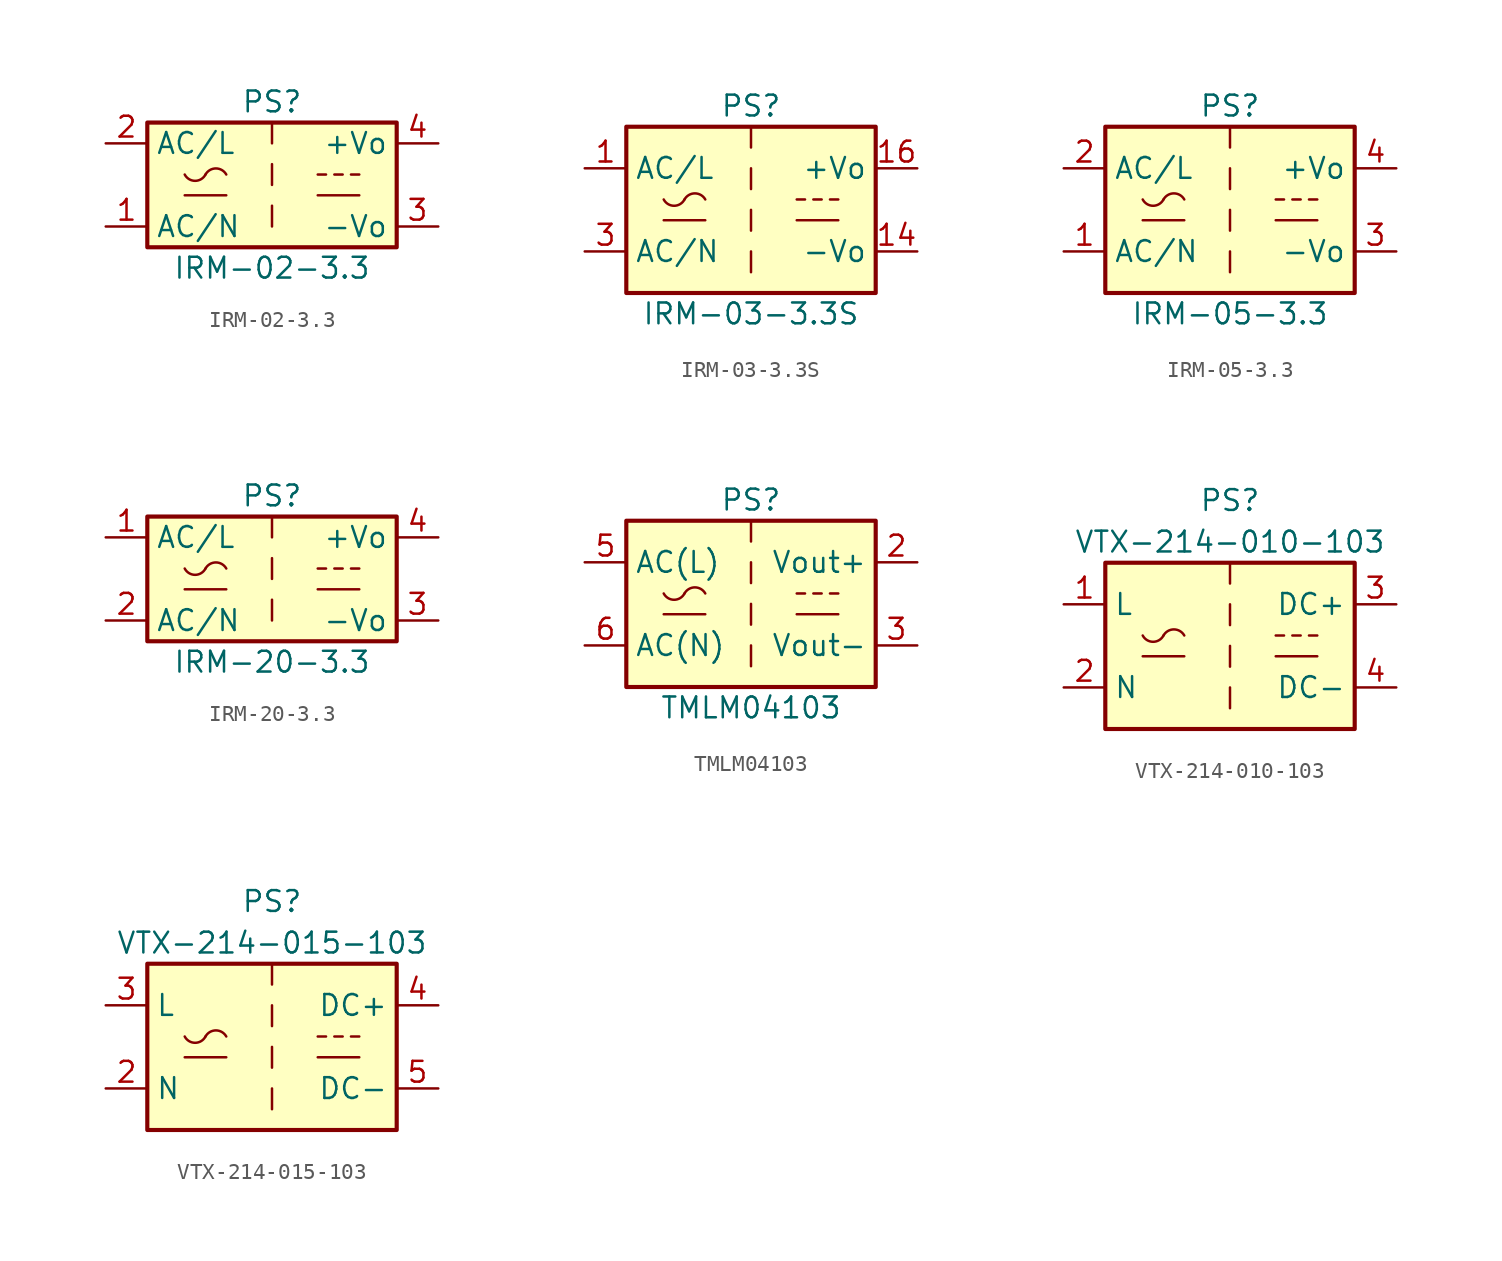
<source format=kicad_sym>
(kicad_symbol_lib
  (version 20201005)
  (generator kicad_symbol_editor)
  (symbol "IRM-02-3.3"
    (property "Reference" "PS"
      (at 0 5.08 0)
      (effects (font (size 1.27 1.27))))
    (property "Value" "IRM-02-3.3"
      (at 0 -5.08 0)
      (effects (font (size 1.27 1.27))))
    (symbol "IRM-02-3.3_0_1"
      (arc (start -5.334 0.635) (end -4.064 0.635) (radius (at -4.699 0.9652) (length 0.7112) (angles -152.5 -27.5)) (stroke (width 0)) (fill (type none)))
      (arc (start -2.794 0.635) (end -4.064 0.635) (radius (at -3.429 0.2794) (length 0.7366) (angles 29.2 150.8)) (stroke (width 0)) (fill (type none)))
      (rectangle (start -7.62 3.81) (end 7.62 -3.81) (stroke (width 0.254)) (fill (type background)))
      (polyline (pts (xy -5.334 -0.635) (xy -2.794 -0.635)) (stroke (width 0)) (fill (type none)))
      (polyline (pts (xy 2.794 -0.635) (xy 5.334 -0.635)) (stroke (width 0)) (fill (type none)))
      (polyline (pts (xy 2.794 0.635) (xy 3.302 0.635)) (stroke (width 0)) (fill (type none)))
      (polyline (pts (xy 3.81 0.635) (xy 4.318 0.635)) (stroke (width 0)) (fill (type none)))
      (polyline (pts (xy 4.826 0.635) (xy 5.334 0.635)) (stroke (width 0)) (fill (type none))))
    (symbol "IRM-02-3.3_1_1"
      (polyline (pts (xy 0 -1.27) (xy 0 -2.54)) (stroke (width 0)) (fill (type none)))
      (polyline (pts (xy 0 1.27) (xy 0 0)) (stroke (width 0)) (fill (type none)))
      (polyline (pts (xy 0 3.81) (xy 0 2.54)) (stroke (width 0)) (fill (type none)))
      (pin power_in line (at -10.16 -2.54 0) (length 2.54) (name "AC/N" (effects (font (size 1.27 1.27)))) (number "1" (effects (font (size 1.27 1.27)))))
      (pin power_in line (at -10.16 2.54 0) (length 2.54) (name "AC/L" (effects (font (size 1.27 1.27)))) (number "2" (effects (font (size 1.27 1.27)))))
      (pin power_out line (at 10.16 -2.54 180) (length 2.54) (name "-Vo" (effects (font (size 1.27 1.27)))) (number "3" (effects (font (size 1.27 1.27)))))
      (pin power_out line (at 10.16 2.54 180) (length 2.54) (name "+Vo" (effects (font (size 1.27 1.27)))) (number "4" (effects (font (size 1.27 1.27)))))))
  (symbol "IRM-03-3.3S"
    (property "Reference" "PS"
      (at 0 6.35 0)
      (effects (font (size 1.27 1.27))))
    (property "Value" "IRM-03-3.3S"
      (at 0 -6.35 0)
      (effects (font (size 1.27 1.27))))
    (symbol "IRM-03-3.3S_0_1"
      (arc (start -5.334 0.635) (end -4.064 0.635) (radius (at -4.699 0.9652) (length 0.7112) (angles -152.5 -27.5)) (stroke (width 0)) (fill (type none)))
      (arc (start -2.794 0.635) (end -4.064 0.635) (radius (at -3.429 0.2794) (length 0.7366) (angles 29.2 150.8)) (stroke (width 0)) (fill (type none)))
      (rectangle (start -7.62 5.08) (end 7.62 -5.08) (stroke (width 0.254)) (fill (type background)))
      (polyline (pts (xy -5.334 -0.635) (xy -2.794 -0.635)) (stroke (width 0)) (fill (type none)))
      (polyline (pts (xy 0 -2.54) (xy 0 -3.81)) (stroke (width 0)) (fill (type none)))
      (polyline (pts (xy 0 0) (xy 0 -1.27)) (stroke (width 0)) (fill (type none)))
      (polyline (pts (xy 0 2.54) (xy 0 1.27)) (stroke (width 0)) (fill (type none)))
      (polyline (pts (xy 0 5.08) (xy 0 3.81)) (stroke (width 0)) (fill (type none)))
      (polyline (pts (xy 2.794 -0.635) (xy 5.334 -0.635)) (stroke (width 0)) (fill (type none)))
      (polyline (pts (xy 2.794 0.635) (xy 3.302 0.635)) (stroke (width 0)) (fill (type none)))
      (polyline (pts (xy 3.81 0.635) (xy 4.318 0.635)) (stroke (width 0)) (fill (type none)))
      (polyline (pts (xy 4.826 0.635) (xy 5.334 0.635)) (stroke (width 0)) (fill (type none))))
    (symbol "IRM-03-3.3S_1_1"
      (pin power_in line (at -10.16 2.54 0) (length 2.54) (name "AC/L" (effects (font (size 1.27 1.27)))) (number "1" (effects (font (size 1.27 1.27)))))
      (pin power_out line (at 10.16 -2.54 180) (length 2.54) (name "-Vo" (effects (font (size 1.27 1.27)))) (number "14" (effects (font (size 1.27 1.27)))))
      (pin power_out line (at 10.16 2.54 180) (length 2.54) (name "+Vo" (effects (font (size 1.27 1.27)))) (number "16" (effects (font (size 1.27 1.27)))))
      (pin power_in line (at -10.16 -2.54 0) (length 2.54) (name "AC/N" (effects (font (size 1.27 1.27)))) (number "3" (effects (font (size 1.27 1.27)))))))
  (symbol "IRM-05-3.3"
    (property "Reference" "PS"
      (at 0 6.35 0)
      (effects (font (size 1.27 1.27))))
    (property "Value" "IRM-05-3.3"
      (at 0 -6.35 0)
      (effects (font (size 1.27 1.27))))
    (symbol "IRM-05-3.3_0_1"
      (arc (start -5.334 0.635) (end -4.064 0.635) (radius (at -4.699 0.9652) (length 0.7112) (angles -152.5 -27.5)) (stroke (width 0)) (fill (type none)))
      (arc (start -2.794 0.635) (end -4.064 0.635) (radius (at -3.429 0.2794) (length 0.7366) (angles 29.2 150.8)) (stroke (width 0)) (fill (type none)))
      (rectangle (start -7.62 5.08) (end 7.62 -5.08) (stroke (width 0.254)) (fill (type background)))
      (polyline (pts (xy -5.334 -0.635) (xy -2.794 -0.635)) (stroke (width 0)) (fill (type none)))
      (polyline (pts (xy 0 -2.54) (xy 0 -3.81)) (stroke (width 0)) (fill (type none)))
      (polyline (pts (xy 0 0) (xy 0 -1.27)) (stroke (width 0)) (fill (type none)))
      (polyline (pts (xy 0 2.54) (xy 0 1.27)) (stroke (width 0)) (fill (type none)))
      (polyline (pts (xy 0 5.08) (xy 0 3.81)) (stroke (width 0)) (fill (type none)))
      (polyline (pts (xy 2.794 -0.635) (xy 5.334 -0.635)) (stroke (width 0)) (fill (type none)))
      (polyline (pts (xy 2.794 0.635) (xy 3.302 0.635)) (stroke (width 0)) (fill (type none)))
      (polyline (pts (xy 3.81 0.635) (xy 4.318 0.635)) (stroke (width 0)) (fill (type none)))
      (polyline (pts (xy 4.826 0.635) (xy 5.334 0.635)) (stroke (width 0)) (fill (type none))))
    (symbol "IRM-05-3.3_1_1"
      (pin power_in line (at -10.16 -2.54 0) (length 2.54) (name "AC/N" (effects (font (size 1.27 1.27)))) (number "1" (effects (font (size 1.27 1.27)))))
      (pin power_in line (at -10.16 2.54 0) (length 2.54) (name "AC/L" (effects (font (size 1.27 1.27)))) (number "2" (effects (font (size 1.27 1.27)))))
      (pin power_out line (at 10.16 -2.54 180) (length 2.54) (name "-Vo" (effects (font (size 1.27 1.27)))) (number "3" (effects (font (size 1.27 1.27)))))
      (pin power_out line (at 10.16 2.54 180) (length 2.54) (name "+Vo" (effects (font (size 1.27 1.27)))) (number "4" (effects (font (size 1.27 1.27)))))))
  (symbol "IRM-20-3.3"
    (property "Reference" "PS"
      (at 0 5.08 0)
      (effects (font (size 1.27 1.27))))
    (property "Value" "IRM-20-3.3"
      (at 0 -5.08 0)
      (effects (font (size 1.27 1.27))))
    (symbol "IRM-20-3.3_0_1"
      (arc (start -5.334 0.635) (end -4.064 0.635) (radius (at -4.699 0.9652) (length 0.7112) (angles -152.5 -27.5)) (stroke (width 0)) (fill (type none)))
      (arc (start -2.794 0.635) (end -4.064 0.635) (radius (at -3.429 0.2794) (length 0.7366) (angles 29.2 150.8)) (stroke (width 0)) (fill (type none)))
      (rectangle (start -7.62 3.81) (end 7.62 -3.81) (stroke (width 0.254)) (fill (type background)))
      (polyline (pts (xy -5.334 -0.635) (xy -2.794 -0.635)) (stroke (width 0)) (fill (type none)))
      (polyline (pts (xy 0 -1.27) (xy 0 -2.54)) (stroke (width 0)) (fill (type none)))
      (polyline (pts (xy 0 1.27) (xy 0 0)) (stroke (width 0)) (fill (type none)))
      (polyline (pts (xy 0 3.81) (xy 0 2.54)) (stroke (width 0)) (fill (type none)))
      (polyline (pts (xy 2.794 -0.635) (xy 5.334 -0.635)) (stroke (width 0)) (fill (type none)))
      (polyline (pts (xy 2.794 0.635) (xy 3.302 0.635)) (stroke (width 0)) (fill (type none)))
      (polyline (pts (xy 3.81 0.635) (xy 4.318 0.635)) (stroke (width 0)) (fill (type none)))
      (polyline (pts (xy 4.826 0.635) (xy 5.334 0.635)) (stroke (width 0)) (fill (type none))))
    (symbol "IRM-20-3.3_1_1"
      (pin power_in line (at -10.16 2.54 0) (length 2.54) (name "AC/L" (effects (font (size 1.27 1.27)))) (number "1" (effects (font (size 1.27 1.27)))))
      (pin power_in line (at -10.16 -2.54 0) (length 2.54) (name "AC/N" (effects (font (size 1.27 1.27)))) (number "2" (effects (font (size 1.27 1.27)))))
      (pin power_out line (at 10.16 -2.54 180) (length 2.54) (name "-Vo" (effects (font (size 1.27 1.27)))) (number "3" (effects (font (size 1.27 1.27)))))
      (pin power_out line (at 10.16 2.54 180) (length 2.54) (name "+Vo" (effects (font (size 1.27 1.27)))) (number "4" (effects (font (size 1.27 1.27)))))))
  (symbol "TMLM04103"
    (property "Reference" "PS"
      (at 0 6.35 0)
      (effects (font (size 1.27 1.27))))
    (property "Value" "TMLM04103"
      (at 0 -6.35 0)
      (effects (font (size 1.27 1.27))))
    (symbol "TMLM04103_0_1"
      (arc (start -5.334 0.635) (end -4.064 0.635) (radius (at -4.699 0.9652) (length 0.7112) (angles -152.5 -27.5)) (stroke (width 0)) (fill (type none)))
      (arc (start -2.794 0.635) (end -4.064 0.635) (radius (at -3.429 0.2794) (length 0.7366) (angles 29.2 150.8)) (stroke (width 0)) (fill (type none)))
      (rectangle (start -7.62 5.08) (end 7.62 -5.08) (stroke (width 0.254)) (fill (type background)))
      (polyline (pts (xy -5.334 -0.635) (xy -2.794 -0.635)) (stroke (width 0)) (fill (type none)))
      (polyline (pts (xy 0 -2.54) (xy 0 -3.81)) (stroke (width 0)) (fill (type none)))
      (polyline (pts (xy 0 0) (xy 0 -1.27)) (stroke (width 0)) (fill (type none)))
      (polyline (pts (xy 0 2.54) (xy 0 1.27)) (stroke (width 0)) (fill (type none)))
      (polyline (pts (xy 0 5.08) (xy 0 3.81)) (stroke (width 0)) (fill (type none)))
      (polyline (pts (xy 2.794 -0.635) (xy 5.334 -0.635)) (stroke (width 0)) (fill (type none)))
      (polyline (pts (xy 2.794 0.635) (xy 3.302 0.635)) (stroke (width 0)) (fill (type none)))
      (polyline (pts (xy 3.81 0.635) (xy 4.318 0.635)) (stroke (width 0)) (fill (type none)))
      (polyline (pts (xy 4.826 0.635) (xy 5.334 0.635)) (stroke (width 0)) (fill (type none))))
    (symbol "TMLM04103_1_1"
      (pin power_out line (at 10.16 2.54 180) (length 2.54) (name "Vout+" (effects (font (size 1.27 1.27)))) (number "2" (effects (font (size 1.27 1.27)))))
      (pin power_out line (at 10.16 -2.54 180) (length 2.54) (name "Vout-" (effects (font (size 1.27 1.27)))) (number "3" (effects (font (size 1.27 1.27)))))
      (pin power_in line (at -10.16 2.54 0) (length 2.54) (name "AC(L)" (effects (font (size 1.27 1.27)))) (number "5" (effects (font (size 1.27 1.27)))))
      (pin power_in line (at -10.16 -2.54 0) (length 2.54) (name "AC(N)" (effects (font (size 1.27 1.27)))) (number "6" (effects (font (size 1.27 1.27)))))))
  (symbol "VTX-214-010-103"
    (property "Reference" "PS"
      (at 0 8.89 0)
      (effects (font (size 1.27 1.27))))
    (property "Value" "VTX-214-010-103"
      (at 0 6.35 0)
      (effects (font (size 1.27 1.27))))
    (symbol "VTX-214-010-103_0_1"
      (arc (start -5.334 0.635) (end -4.064 0.635) (radius (at -4.699 0.9652) (length 0.7112) (angles -152.5 -27.5)) (stroke (width 0)) (fill (type none)))
      (arc (start -2.794 0.635) (end -4.064 0.635) (radius (at -3.429 0.2794) (length 0.7366) (angles 29.2 150.8)) (stroke (width 0)) (fill (type none)))
      (rectangle (start -7.62 5.08) (end 7.62 -5.08) (stroke (width 0.254)) (fill (type background)))
      (polyline (pts (xy -5.334 -0.635) (xy -2.794 -0.635)) (stroke (width 0)) (fill (type none)))
      (polyline (pts (xy 2.794 -0.635) (xy 5.334 -0.635)) (stroke (width 0)) (fill (type none)))
      (polyline (pts (xy 2.794 0.635) (xy 3.302 0.635)) (stroke (width 0)) (fill (type none)))
      (polyline (pts (xy 3.81 0.635) (xy 4.318 0.635)) (stroke (width 0)) (fill (type none)))
      (polyline (pts (xy 4.826 0.635) (xy 5.334 0.635)) (stroke (width 0)) (fill (type none))))
    (symbol "VTX-214-010-103_1_1"
      (polyline (pts (xy 0 -2.54) (xy 0 -3.81)) (stroke (width 0)) (fill (type none)))
      (polyline (pts (xy 0 0) (xy 0 -1.27)) (stroke (width 0)) (fill (type none)))
      (polyline (pts (xy 0 2.54) (xy 0 1.27)) (stroke (width 0)) (fill (type none)))
      (polyline (pts (xy 0 5.08) (xy 0 3.81)) (stroke (width 0)) (fill (type none)))
      (pin power_in line (at -10.16 2.54 0) (length 2.54) (name "L" (effects (font (size 1.27 1.27)))) (number "1" (effects (font (size 1.27 1.27)))))
      (pin power_in line (at -10.16 -2.54 0) (length 2.54) (name "N" (effects (font (size 1.27 1.27)))) (number "2" (effects (font (size 1.27 1.27)))))
      (pin power_out line (at 10.16 2.54 180) (length 2.54) (name "DC+" (effects (font (size 1.27 1.27)))) (number "3" (effects (font (size 1.27 1.27)))))
      (pin power_out line (at 10.16 -2.54 180) (length 2.54) (name "DC-" (effects (font (size 1.27 1.27)))) (number "4" (effects (font (size 1.27 1.27)))))))
  (symbol "VTX-214-015-103"
    (property "Reference" "PS"
      (at 0 8.89 0)
      (effects (font (size 1.27 1.27))))
    (property "Value" "VTX-214-015-103"
      (at 0 6.35 0)
      (effects (font (size 1.27 1.27))))
    (symbol "VTX-214-015-103_0_1"
      (arc (start -5.334 0.635) (end -4.064 0.635) (radius (at -4.699 0.9652) (length 0.7112) (angles -152.5 -27.5)) (stroke (width 0)) (fill (type none)))
      (arc (start -2.794 0.635) (end -4.064 0.635) (radius (at -3.429 0.2794) (length 0.7366) (angles 29.2 150.8)) (stroke (width 0)) (fill (type none)))
      (rectangle (start -7.62 5.08) (end 7.62 -5.08) (stroke (width 0.254)) (fill (type background)))
      (polyline (pts (xy -5.334 -0.635) (xy -2.794 -0.635)) (stroke (width 0)) (fill (type none)))
      (polyline (pts (xy 2.794 -0.635) (xy 5.334 -0.635)) (stroke (width 0)) (fill (type none)))
      (polyline (pts (xy 2.794 0.635) (xy 3.302 0.635)) (stroke (width 0)) (fill (type none)))
      (polyline (pts (xy 3.81 0.635) (xy 4.318 0.635)) (stroke (width 0)) (fill (type none)))
      (polyline (pts (xy 4.826 0.635) (xy 5.334 0.635)) (stroke (width 0)) (fill (type none))))
    (symbol "VTX-214-015-103_1_1"
      (polyline (pts (xy 0 -2.54) (xy 0 -3.81)) (stroke (width 0)) (fill (type none)))
      (polyline (pts (xy 0 0) (xy 0 -1.27)) (stroke (width 0)) (fill (type none)))
      (polyline (pts (xy 0 2.54) (xy 0 1.27)) (stroke (width 0)) (fill (type none)))
      (polyline (pts (xy 0 5.08) (xy 0 3.81)) (stroke (width 0)) (fill (type none)))
      (pin no_connect line (at 0 -5.08 90) (length 2.54) hide (name "FG" (effects (font (size 1.27 1.27)))) (number "1" (effects (font (size 1.27 1.27)))))
      (pin power_in line (at -10.16 -2.54 0) (length 2.54) (name "N" (effects (font (size 1.27 1.27)))) (number "2" (effects (font (size 1.27 1.27)))))
      (pin power_in line (at -10.16 2.54 0) (length 2.54) (name "L" (effects (font (size 1.27 1.27)))) (number "3" (effects (font (size 1.27 1.27)))))
      (pin power_out line (at 10.16 2.54 180) (length 2.54) (name "DC+" (effects (font (size 1.27 1.27)))) (number "4" (effects (font (size 1.27 1.27)))))
      (pin power_out line (at 10.16 -2.54 180) (length 2.54) (name "DC-" (effects (font (size 1.27 1.27)))) (number "5" (effects (font (size 1.27 1.27))))))))
</source>
